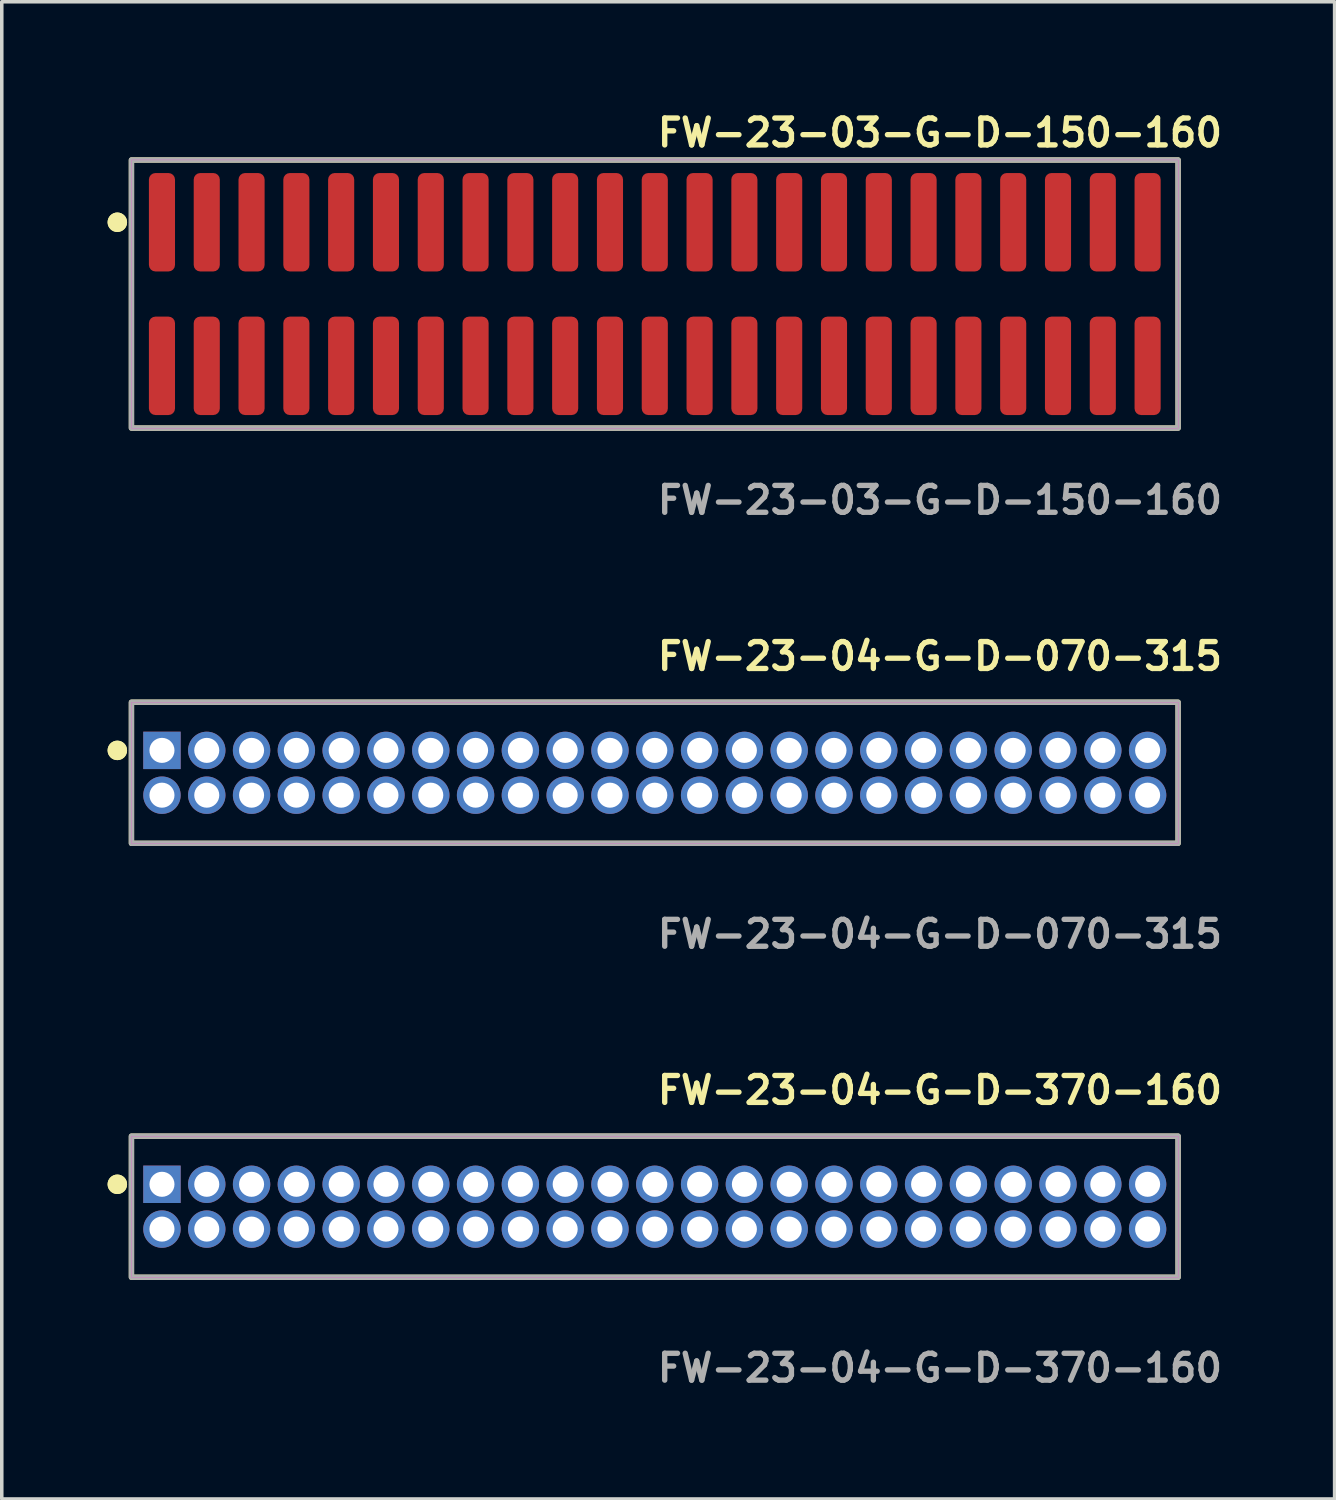
<source format=kicad_pcb>
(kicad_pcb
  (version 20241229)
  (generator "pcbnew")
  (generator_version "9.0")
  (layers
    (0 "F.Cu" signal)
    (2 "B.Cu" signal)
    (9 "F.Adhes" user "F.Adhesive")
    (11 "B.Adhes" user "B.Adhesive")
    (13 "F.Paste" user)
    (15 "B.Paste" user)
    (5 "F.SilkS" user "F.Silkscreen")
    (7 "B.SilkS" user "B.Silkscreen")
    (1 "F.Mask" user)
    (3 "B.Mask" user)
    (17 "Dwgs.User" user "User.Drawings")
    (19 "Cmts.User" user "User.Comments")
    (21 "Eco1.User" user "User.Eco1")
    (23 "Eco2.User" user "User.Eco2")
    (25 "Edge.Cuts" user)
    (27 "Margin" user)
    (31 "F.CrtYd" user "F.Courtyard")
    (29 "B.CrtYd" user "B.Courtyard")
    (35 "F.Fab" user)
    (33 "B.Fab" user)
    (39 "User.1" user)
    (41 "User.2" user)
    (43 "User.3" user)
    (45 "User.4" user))
  (footprint "FW-23-04-G-D-370-160"
    (layer "F.Cu")
    (at 15.511 31.156)
    (property "Reference" "FW-23-04-G-D-370-160" (at 0 -3.302 0) (unlocked yes) (layer "F.SilkS") (effects (font (size 0.762 0.762) (thickness 0.152)) (justify left)))
    (fp_rect (start -14.835 2) (end 14.835 -2) (stroke (width 0.152) (type solid)) (fill no) (layer "F.SilkS"))
    (fp_circle (center -15.235 -0.635) (end -15.435 -0.635) (stroke (width 0.152) (type solid)) (fill yes) (layer "F.SilkS"))
    (fp_circle (center -15.235 -0.635) (end -15.435 -0.635) (stroke (width 0.152) (type solid)) (fill yes) (layer "F.SilkS"))
    (fp_rect (start -14.835 2) (end 14.835 -2) (stroke (width 0.006) (type solid)) (fill no) (layer "F.CrtYd"))
    (fp_rect (start -14.835 2) (end 14.835 -2) (stroke (width 0.152) (type solid)) (fill no) (layer "F.Fab"))
    (fp_text user "${REFERENCE}" (at 0 4.572 0) (unlocked yes) (layer "F.Fab") (effects (font (size 0.762 0.762) (thickness 0.152)) (justify left)))
    (pad "1" thru_hole rect (at -13.97 -0.635) (size 1.06 1.06) (drill 0.71) (layers "*.Cu" "*.Mask"))
    (pad "2" thru_hole circle (at -13.97 0.635) (size 1.06 1.06) (drill 0.71) (layers "*.Cu" "*.Mask"))
    (pad "3" thru_hole circle (at -12.7 -0.635) (size 1.06 1.06) (drill 0.71) (layers "*.Cu" "*.Mask"))
    (pad "4" thru_hole circle (at -12.7 0.635) (size 1.06 1.06) (drill 0.71) (layers "*.Cu" "*.Mask"))
    (pad "5" thru_hole circle (at -11.43 -0.635) (size 1.06 1.06) (drill 0.71) (layers "*.Cu" "*.Mask"))
    (pad "6" thru_hole circle (at -11.43 0.635) (size 1.06 1.06) (drill 0.71) (layers "*.Cu" "*.Mask"))
    (pad "7" thru_hole circle (at -10.16 -0.635) (size 1.06 1.06) (drill 0.71) (layers "*.Cu" "*.Mask"))
    (pad "8" thru_hole circle (at -10.16 0.635) (size 1.06 1.06) (drill 0.71) (layers "*.Cu" "*.Mask"))
    (pad "9" thru_hole circle (at -8.89 -0.635) (size 1.06 1.06) (drill 0.71) (layers "*.Cu" "*.Mask"))
    (pad "10" thru_hole circle (at -8.89 0.635) (size 1.06 1.06) (drill 0.71) (layers "*.Cu" "*.Mask"))
    (pad "11" thru_hole circle (at -7.62 -0.635) (size 1.06 1.06) (drill 0.71) (layers "*.Cu" "*.Mask"))
    (pad "12" thru_hole circle (at -7.62 0.635) (size 1.06 1.06) (drill 0.71) (layers "*.Cu" "*.Mask"))
    (pad "13" thru_hole circle (at -6.35 -0.635) (size 1.06 1.06) (drill 0.71) (layers "*.Cu" "*.Mask"))
    (pad "14" thru_hole circle (at -6.35 0.635) (size 1.06 1.06) (drill 0.71) (layers "*.Cu" "*.Mask"))
    (pad "15" thru_hole circle (at -5.08 -0.635) (size 1.06 1.06) (drill 0.71) (layers "*.Cu" "*.Mask"))
    (pad "16" thru_hole circle (at -5.08 0.635) (size 1.06 1.06) (drill 0.71) (layers "*.Cu" "*.Mask"))
    (pad "17" thru_hole circle (at -3.81 -0.635) (size 1.06 1.06) (drill 0.71) (layers "*.Cu" "*.Mask"))
    (pad "18" thru_hole circle (at -3.81 0.635) (size 1.06 1.06) (drill 0.71) (layers "*.Cu" "*.Mask"))
    (pad "19" thru_hole circle (at -2.54 -0.635) (size 1.06 1.06) (drill 0.71) (layers "*.Cu" "*.Mask"))
    (pad "20" thru_hole circle (at -2.54 0.635) (size 1.06 1.06) (drill 0.71) (layers "*.Cu" "*.Mask"))
    (pad "21" thru_hole circle (at -1.27 -0.635) (size 1.06 1.06) (drill 0.71) (layers "*.Cu" "*.Mask"))
    (pad "22" thru_hole circle (at -1.27 0.635) (size 1.06 1.06) (drill 0.71) (layers "*.Cu" "*.Mask"))
    (pad "23" thru_hole circle (at 0 -0.635) (size 1.06 1.06) (drill 0.71) (layers "*.Cu" "*.Mask"))
    (pad "24" thru_hole circle (at 0 0.635) (size 1.06 1.06) (drill 0.71) (layers "*.Cu" "*.Mask"))
    (pad "25" thru_hole circle (at 1.27 -0.635) (size 1.06 1.06) (drill 0.71) (layers "*.Cu" "*.Mask"))
    (pad "26" thru_hole circle (at 1.27 0.635) (size 1.06 1.06) (drill 0.71) (layers "*.Cu" "*.Mask"))
    (pad "27" thru_hole circle (at 2.54 -0.635) (size 1.06 1.06) (drill 0.71) (layers "*.Cu" "*.Mask"))
    (pad "28" thru_hole circle (at 2.54 0.635) (size 1.06 1.06) (drill 0.71) (layers "*.Cu" "*.Mask"))
    (pad "29" thru_hole circle (at 3.81 -0.635) (size 1.06 1.06) (drill 0.71) (layers "*.Cu" "*.Mask"))
    (pad "30" thru_hole circle (at 3.81 0.635) (size 1.06 1.06) (drill 0.71) (layers "*.Cu" "*.Mask"))
    (pad "31" thru_hole circle (at 5.08 -0.635) (size 1.06 1.06) (drill 0.71) (layers "*.Cu" "*.Mask"))
    (pad "32" thru_hole circle (at 5.08 0.635) (size 1.06 1.06) (drill 0.71) (layers "*.Cu" "*.Mask"))
    (pad "33" thru_hole circle (at 6.35 -0.635) (size 1.06 1.06) (drill 0.71) (layers "*.Cu" "*.Mask"))
    (pad "34" thru_hole circle (at 6.35 0.635) (size 1.06 1.06) (drill 0.71) (layers "*.Cu" "*.Mask"))
    (pad "35" thru_hole circle (at 7.62 -0.635) (size 1.06 1.06) (drill 0.71) (layers "*.Cu" "*.Mask"))
    (pad "36" thru_hole circle (at 7.62 0.635) (size 1.06 1.06) (drill 0.71) (layers "*.Cu" "*.Mask"))
    (pad "37" thru_hole circle (at 8.89 -0.635) (size 1.06 1.06) (drill 0.71) (layers "*.Cu" "*.Mask"))
    (pad "38" thru_hole circle (at 8.89 0.635) (size 1.06 1.06) (drill 0.71) (layers "*.Cu" "*.Mask"))
    (pad "39" thru_hole circle (at 10.16 -0.635) (size 1.06 1.06) (drill 0.71) (layers "*.Cu" "*.Mask"))
    (pad "40" thru_hole circle (at 10.16 0.635) (size 1.06 1.06) (drill 0.71) (layers "*.Cu" "*.Mask"))
    (pad "41" thru_hole circle (at 11.43 -0.635) (size 1.06 1.06) (drill 0.71) (layers "*.Cu" "*.Mask"))
    (pad "42" thru_hole circle (at 11.43 0.635) (size 1.06 1.06) (drill 0.71) (layers "*.Cu" "*.Mask"))
    (pad "43" thru_hole circle (at 12.7 -0.635) (size 1.06 1.06) (drill 0.71) (layers "*.Cu" "*.Mask"))
    (pad "44" thru_hole circle (at 12.7 0.635) (size 1.06 1.06) (drill 0.71) (layers "*.Cu" "*.Mask"))
    (pad "45" thru_hole circle (at 13.97 -0.635) (size 1.06 1.06) (drill 0.71) (layers "*.Cu" "*.Mask"))
    (pad "46" thru_hole circle (at 13.97 0.635) (size 1.06 1.06) (drill 0.71) (layers "*.Cu" "*.Mask")))
  (footprint "FW-23-04-G-D-070-315"
    (layer "F.Cu")
    (at 15.511 18.856)
    (property "Reference" "FW-23-04-G-D-070-315" (at 0 -3.302 0) (unlocked yes) (layer "F.SilkS") (effects (font (size 0.762 0.762) (thickness 0.152)) (justify left)))
    (fp_rect (start -14.835 2) (end 14.835 -2) (stroke (width 0.152) (type solid)) (fill no) (layer "F.SilkS"))
    (fp_circle (center -15.235 -0.635) (end -15.435 -0.635) (stroke (width 0.152) (type solid)) (fill yes) (layer "F.SilkS"))
    (fp_circle (center -15.235 -0.635) (end -15.435 -0.635) (stroke (width 0.152) (type solid)) (fill yes) (layer "F.SilkS"))
    (fp_rect (start -14.835 2) (end 14.835 -2) (stroke (width 0.006) (type solid)) (fill no) (layer "F.CrtYd"))
    (fp_rect (start -14.835 2) (end 14.835 -2) (stroke (width 0.152) (type solid)) (fill no) (layer "F.Fab"))
    (fp_text user "${REFERENCE}" (at 0 4.572 0) (unlocked yes) (layer "F.Fab") (effects (font (size 0.762 0.762) (thickness 0.152)) (justify left)))
    (pad "1" thru_hole rect (at -13.97 -0.635) (size 1.06 1.06) (drill 0.71) (layers "*.Cu" "*.Mask"))
    (pad "2" thru_hole circle (at -13.97 0.635) (size 1.06 1.06) (drill 0.71) (layers "*.Cu" "*.Mask"))
    (pad "3" thru_hole circle (at -12.7 -0.635) (size 1.06 1.06) (drill 0.71) (layers "*.Cu" "*.Mask"))
    (pad "4" thru_hole circle (at -12.7 0.635) (size 1.06 1.06) (drill 0.71) (layers "*.Cu" "*.Mask"))
    (pad "5" thru_hole circle (at -11.43 -0.635) (size 1.06 1.06) (drill 0.71) (layers "*.Cu" "*.Mask"))
    (pad "6" thru_hole circle (at -11.43 0.635) (size 1.06 1.06) (drill 0.71) (layers "*.Cu" "*.Mask"))
    (pad "7" thru_hole circle (at -10.16 -0.635) (size 1.06 1.06) (drill 0.71) (layers "*.Cu" "*.Mask"))
    (pad "8" thru_hole circle (at -10.16 0.635) (size 1.06 1.06) (drill 0.71) (layers "*.Cu" "*.Mask"))
    (pad "9" thru_hole circle (at -8.89 -0.635) (size 1.06 1.06) (drill 0.71) (layers "*.Cu" "*.Mask"))
    (pad "10" thru_hole circle (at -8.89 0.635) (size 1.06 1.06) (drill 0.71) (layers "*.Cu" "*.Mask"))
    (pad "11" thru_hole circle (at -7.62 -0.635) (size 1.06 1.06) (drill 0.71) (layers "*.Cu" "*.Mask"))
    (pad "12" thru_hole circle (at -7.62 0.635) (size 1.06 1.06) (drill 0.71) (layers "*.Cu" "*.Mask"))
    (pad "13" thru_hole circle (at -6.35 -0.635) (size 1.06 1.06) (drill 0.71) (layers "*.Cu" "*.Mask"))
    (pad "14" thru_hole circle (at -6.35 0.635) (size 1.06 1.06) (drill 0.71) (layers "*.Cu" "*.Mask"))
    (pad "15" thru_hole circle (at -5.08 -0.635) (size 1.06 1.06) (drill 0.71) (layers "*.Cu" "*.Mask"))
    (pad "16" thru_hole circle (at -5.08 0.635) (size 1.06 1.06) (drill 0.71) (layers "*.Cu" "*.Mask"))
    (pad "17" thru_hole circle (at -3.81 -0.635) (size 1.06 1.06) (drill 0.71) (layers "*.Cu" "*.Mask"))
    (pad "18" thru_hole circle (at -3.81 0.635) (size 1.06 1.06) (drill 0.71) (layers "*.Cu" "*.Mask"))
    (pad "19" thru_hole circle (at -2.54 -0.635) (size 1.06 1.06) (drill 0.71) (layers "*.Cu" "*.Mask"))
    (pad "20" thru_hole circle (at -2.54 0.635) (size 1.06 1.06) (drill 0.71) (layers "*.Cu" "*.Mask"))
    (pad "21" thru_hole circle (at -1.27 -0.635) (size 1.06 1.06) (drill 0.71) (layers "*.Cu" "*.Mask"))
    (pad "22" thru_hole circle (at -1.27 0.635) (size 1.06 1.06) (drill 0.71) (layers "*.Cu" "*.Mask"))
    (pad "23" thru_hole circle (at 0 -0.635) (size 1.06 1.06) (drill 0.71) (layers "*.Cu" "*.Mask"))
    (pad "24" thru_hole circle (at 0 0.635) (size 1.06 1.06) (drill 0.71) (layers "*.Cu" "*.Mask"))
    (pad "25" thru_hole circle (at 1.27 -0.635) (size 1.06 1.06) (drill 0.71) (layers "*.Cu" "*.Mask"))
    (pad "26" thru_hole circle (at 1.27 0.635) (size 1.06 1.06) (drill 0.71) (layers "*.Cu" "*.Mask"))
    (pad "27" thru_hole circle (at 2.54 -0.635) (size 1.06 1.06) (drill 0.71) (layers "*.Cu" "*.Mask"))
    (pad "28" thru_hole circle (at 2.54 0.635) (size 1.06 1.06) (drill 0.71) (layers "*.Cu" "*.Mask"))
    (pad "29" thru_hole circle (at 3.81 -0.635) (size 1.06 1.06) (drill 0.71) (layers "*.Cu" "*.Mask"))
    (pad "30" thru_hole circle (at 3.81 0.635) (size 1.06 1.06) (drill 0.71) (layers "*.Cu" "*.Mask"))
    (pad "31" thru_hole circle (at 5.08 -0.635) (size 1.06 1.06) (drill 0.71) (layers "*.Cu" "*.Mask"))
    (pad "32" thru_hole circle (at 5.08 0.635) (size 1.06 1.06) (drill 0.71) (layers "*.Cu" "*.Mask"))
    (pad "33" thru_hole circle (at 6.35 -0.635) (size 1.06 1.06) (drill 0.71) (layers "*.Cu" "*.Mask"))
    (pad "34" thru_hole circle (at 6.35 0.635) (size 1.06 1.06) (drill 0.71) (layers "*.Cu" "*.Mask"))
    (pad "35" thru_hole circle (at 7.62 -0.635) (size 1.06 1.06) (drill 0.71) (layers "*.Cu" "*.Mask"))
    (pad "36" thru_hole circle (at 7.62 0.635) (size 1.06 1.06) (drill 0.71) (layers "*.Cu" "*.Mask"))
    (pad "37" thru_hole circle (at 8.89 -0.635) (size 1.06 1.06) (drill 0.71) (layers "*.Cu" "*.Mask"))
    (pad "38" thru_hole circle (at 8.89 0.635) (size 1.06 1.06) (drill 0.71) (layers "*.Cu" "*.Mask"))
    (pad "39" thru_hole circle (at 10.16 -0.635) (size 1.06 1.06) (drill 0.71) (layers "*.Cu" "*.Mask"))
    (pad "40" thru_hole circle (at 10.16 0.635) (size 1.06 1.06) (drill 0.71) (layers "*.Cu" "*.Mask"))
    (pad "41" thru_hole circle (at 11.43 -0.635) (size 1.06 1.06) (drill 0.71) (layers "*.Cu" "*.Mask"))
    (pad "42" thru_hole circle (at 11.43 0.635) (size 1.06 1.06) (drill 0.71) (layers "*.Cu" "*.Mask"))
    (pad "43" thru_hole circle (at 12.7 -0.635) (size 1.06 1.06) (drill 0.71) (layers "*.Cu" "*.Mask"))
    (pad "44" thru_hole circle (at 12.7 0.635) (size 1.06 1.06) (drill 0.71) (layers "*.Cu" "*.Mask"))
    (pad "45" thru_hole circle (at 13.97 -0.635) (size 1.06 1.06) (drill 0.71) (layers "*.Cu" "*.Mask"))
    (pad "46" thru_hole circle (at 13.97 0.635) (size 1.06 1.06) (drill 0.71) (layers "*.Cu" "*.Mask")))
  (footprint "FW-23-03-G-D-150-160"
    (layer "F.Cu")
    (at 15.511 5.285)
    (property "Reference" "FW-23-03-G-D-150-160" (at 0 -4.572 0) (unlocked yes) (layer "F.SilkS") (effects (font (size 0.762 0.762) (thickness 0.152)) (justify left)))
    (fp_rect (start -14.835 3.8) (end 14.835 -3.8) (stroke (width 0.152) (type solid)) (fill no) (layer "F.SilkS"))
    (fp_circle (center -15.235 -2.035) (end -15.435 -2.035) (stroke (width 0.152) (type solid)) (fill yes) (layer "F.SilkS"))
    (fp_circle (center -15.235 -2.035) (end -15.435 -2.035) (stroke (width 0.152) (type solid)) (fill yes) (layer "F.SilkS"))
    (fp_rect (start -14.835 3.8) (end 14.835 -3.8) (stroke (width 0.006) (type solid)) (fill no) (layer "F.CrtYd"))
    (fp_rect (start -14.835 3.8) (end 14.835 -3.8) (stroke (width 0.152) (type solid)) (fill no) (layer "F.Fab"))
    (fp_text user "${REFERENCE}" (at 0 5.842 0) (unlocked yes) (layer "F.Fab") (effects (font (size 0.762 0.762) (thickness 0.152)) (justify left)))
    (pad "1" smd roundrect (at -13.97 -2.035) (size 0.74 2.79) (layers "F.Cu" "F.Paste") (roundrect_rratio 0.25))
    (pad "2" smd roundrect (at -13.97 2.035) (size 0.74 2.79) (layers "F.Cu" "F.Paste") (roundrect_rratio 0.25))
    (pad "3" smd roundrect (at -12.7 -2.035) (size 0.74 2.79) (layers "F.Cu" "F.Paste") (roundrect_rratio 0.25))
    (pad "4" smd roundrect (at -12.7 2.035) (size 0.74 2.79) (layers "F.Cu" "F.Paste") (roundrect_rratio 0.25))
    (pad "5" smd roundrect (at -11.43 -2.035) (size 0.74 2.79) (layers "F.Cu" "F.Paste") (roundrect_rratio 0.25))
    (pad "6" smd roundrect (at -11.43 2.035) (size 0.74 2.79) (layers "F.Cu" "F.Paste") (roundrect_rratio 0.25))
    (pad "7" smd roundrect (at -10.16 -2.035) (size 0.74 2.79) (layers "F.Cu" "F.Paste") (roundrect_rratio 0.25))
    (pad "8" smd roundrect (at -10.16 2.035) (size 0.74 2.79) (layers "F.Cu" "F.Paste") (roundrect_rratio 0.25))
    (pad "9" smd roundrect (at -8.89 -2.035) (size 0.74 2.79) (layers "F.Cu" "F.Paste") (roundrect_rratio 0.25))
    (pad "10" smd roundrect (at -8.89 2.035) (size 0.74 2.79) (layers "F.Cu" "F.Paste") (roundrect_rratio 0.25))
    (pad "11" smd roundrect (at -7.62 -2.035) (size 0.74 2.79) (layers "F.Cu" "F.Paste") (roundrect_rratio 0.25))
    (pad "12" smd roundrect (at -7.62 2.035) (size 0.74 2.79) (layers "F.Cu" "F.Paste") (roundrect_rratio 0.25))
    (pad "13" smd roundrect (at -6.35 -2.035) (size 0.74 2.79) (layers "F.Cu" "F.Paste") (roundrect_rratio 0.25))
    (pad "14" smd roundrect (at -6.35 2.035) (size 0.74 2.79) (layers "F.Cu" "F.Paste") (roundrect_rratio 0.25))
    (pad "15" smd roundrect (at -5.08 -2.035) (size 0.74 2.79) (layers "F.Cu" "F.Paste") (roundrect_rratio 0.25))
    (pad "16" smd roundrect (at -5.08 2.035) (size 0.74 2.79) (layers "F.Cu" "F.Paste") (roundrect_rratio 0.25))
    (pad "17" smd roundrect (at -3.81 -2.035) (size 0.74 2.79) (layers "F.Cu" "F.Paste") (roundrect_rratio 0.25))
    (pad "18" smd roundrect (at -3.81 2.035) (size 0.74 2.79) (layers "F.Cu" "F.Paste") (roundrect_rratio 0.25))
    (pad "19" smd roundrect (at -2.54 -2.035) (size 0.74 2.79) (layers "F.Cu" "F.Paste") (roundrect_rratio 0.25))
    (pad "20" smd roundrect (at -2.54 2.035) (size 0.74 2.79) (layers "F.Cu" "F.Paste") (roundrect_rratio 0.25))
    (pad "21" smd roundrect (at -1.27 -2.035) (size 0.74 2.79) (layers "F.Cu" "F.Paste") (roundrect_rratio 0.25))
    (pad "22" smd roundrect (at -1.27 2.035) (size 0.74 2.79) (layers "F.Cu" "F.Paste") (roundrect_rratio 0.25))
    (pad "23" smd roundrect (at 0 -2.035) (size 0.74 2.79) (layers "F.Cu" "F.Paste") (roundrect_rratio 0.25))
    (pad "24" smd roundrect (at 0 2.035) (size 0.74 2.79) (layers "F.Cu" "F.Paste") (roundrect_rratio 0.25))
    (pad "25" smd roundrect (at 1.27 -2.035) (size 0.74 2.79) (layers "F.Cu" "F.Paste") (roundrect_rratio 0.25))
    (pad "26" smd roundrect (at 1.27 2.035) (size 0.74 2.79) (layers "F.Cu" "F.Paste") (roundrect_rratio 0.25))
    (pad "27" smd roundrect (at 2.54 -2.035) (size 0.74 2.79) (layers "F.Cu" "F.Paste") (roundrect_rratio 0.25))
    (pad "28" smd roundrect (at 2.54 2.035) (size 0.74 2.79) (layers "F.Cu" "F.Paste") (roundrect_rratio 0.25))
    (pad "29" smd roundrect (at 3.81 -2.035) (size 0.74 2.79) (layers "F.Cu" "F.Paste") (roundrect_rratio 0.25))
    (pad "30" smd roundrect (at 3.81 2.035) (size 0.74 2.79) (layers "F.Cu" "F.Paste") (roundrect_rratio 0.25))
    (pad "31" smd roundrect (at 5.08 -2.035) (size 0.74 2.79) (layers "F.Cu" "F.Paste") (roundrect_rratio 0.25))
    (pad "32" smd roundrect (at 5.08 2.035) (size 0.74 2.79) (layers "F.Cu" "F.Paste") (roundrect_rratio 0.25))
    (pad "33" smd roundrect (at 6.35 -2.035) (size 0.74 2.79) (layers "F.Cu" "F.Paste") (roundrect_rratio 0.25))
    (pad "34" smd roundrect (at 6.35 2.035) (size 0.74 2.79) (layers "F.Cu" "F.Paste") (roundrect_rratio 0.25))
    (pad "35" smd roundrect (at 7.62 -2.035) (size 0.74 2.79) (layers "F.Cu" "F.Paste") (roundrect_rratio 0.25))
    (pad "36" smd roundrect (at 7.62 2.035) (size 0.74 2.79) (layers "F.Cu" "F.Paste") (roundrect_rratio 0.25))
    (pad "37" smd roundrect (at 8.89 -2.035) (size 0.74 2.79) (layers "F.Cu" "F.Paste") (roundrect_rratio 0.25))
    (pad "38" smd roundrect (at 8.89 2.035) (size 0.74 2.79) (layers "F.Cu" "F.Paste") (roundrect_rratio 0.25))
    (pad "39" smd roundrect (at 10.16 -2.035) (size 0.74 2.79) (layers "F.Cu" "F.Paste") (roundrect_rratio 0.25))
    (pad "40" smd roundrect (at 10.16 2.035) (size 0.74 2.79) (layers "F.Cu" "F.Paste") (roundrect_rratio 0.25))
    (pad "41" smd roundrect (at 11.43 -2.035) (size 0.74 2.79) (layers "F.Cu" "F.Paste") (roundrect_rratio 0.25))
    (pad "42" smd roundrect (at 11.43 2.035) (size 0.74 2.79) (layers "F.Cu" "F.Paste") (roundrect_rratio 0.25))
    (pad "43" smd roundrect (at 12.7 -2.035) (size 0.74 2.79) (layers "F.Cu" "F.Paste") (roundrect_rratio 0.25))
    (pad "44" smd roundrect (at 12.7 2.035) (size 0.74 2.79) (layers "F.Cu" "F.Paste") (roundrect_rratio 0.25))
    (pad "45" smd roundrect (at 13.97 -2.035) (size 0.74 2.79) (layers "F.Cu" "F.Paste") (roundrect_rratio 0.25))
    (pad "46" smd roundrect (at 13.97 2.035) (size 0.74 2.79) (layers "F.Cu" "F.Paste") (roundrect_rratio 0.25)))
  (gr_rect
    (start -3 -3)
    (end 34.782 39.441)
    (stroke (width 0.1) (type default))
    (fill no)
    (layer "Edge.Cuts")))
</source>
